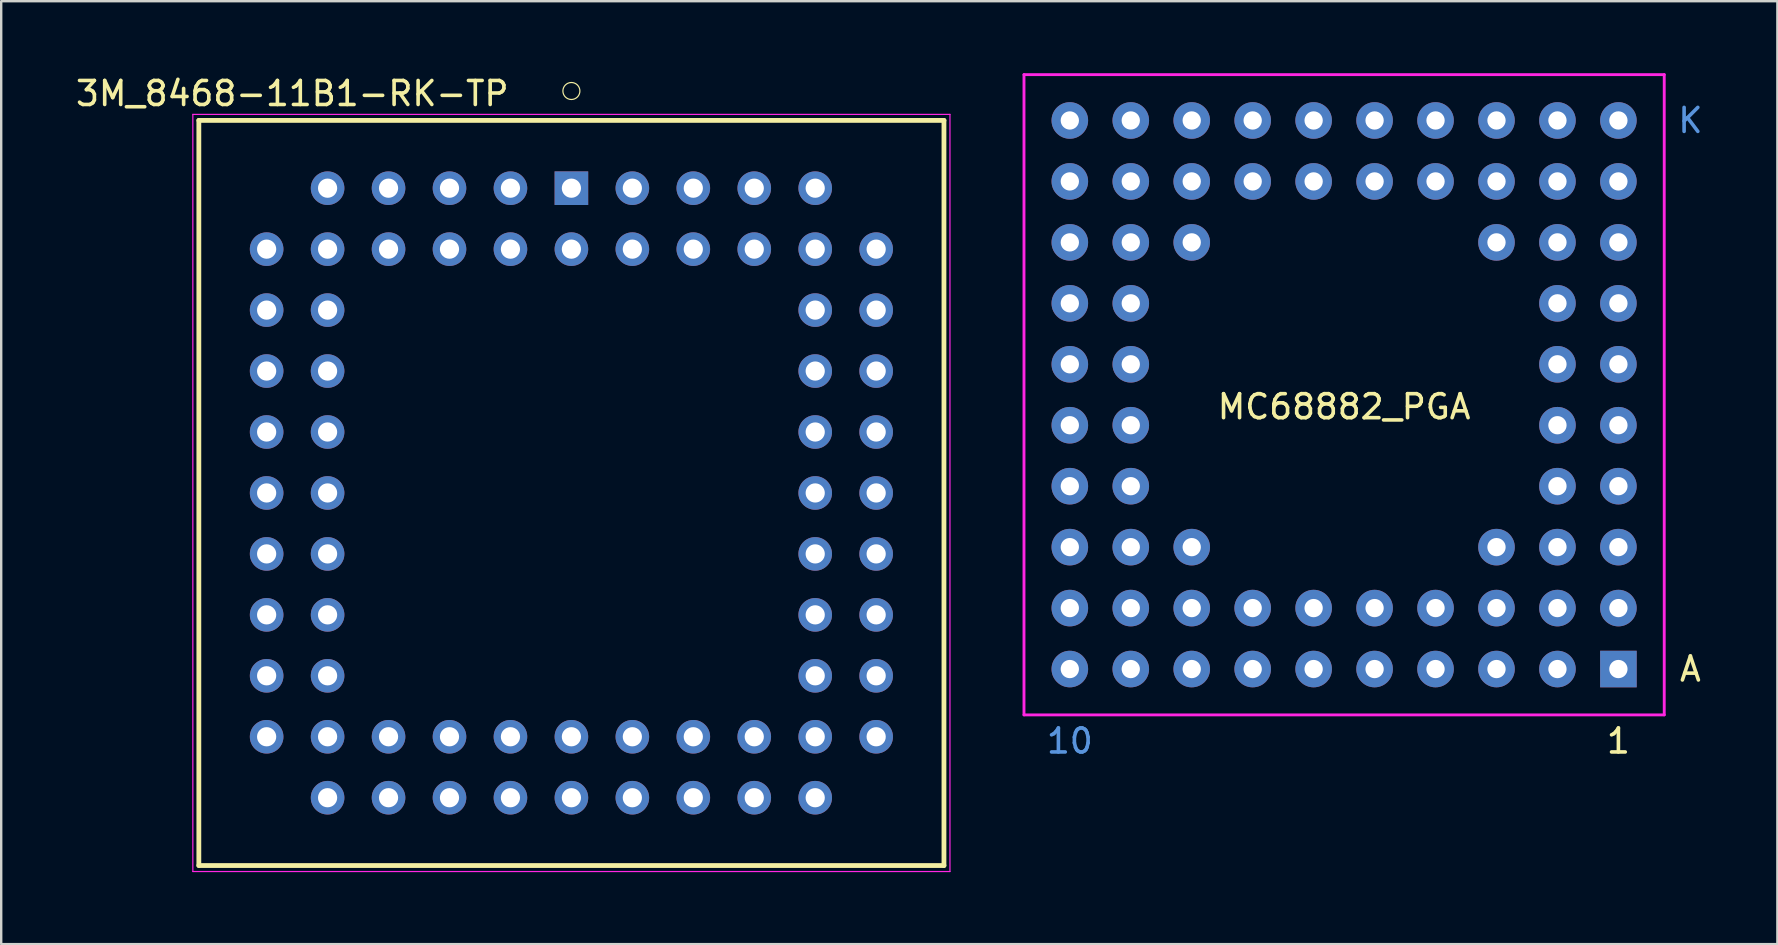
<source format=kicad_pcb>
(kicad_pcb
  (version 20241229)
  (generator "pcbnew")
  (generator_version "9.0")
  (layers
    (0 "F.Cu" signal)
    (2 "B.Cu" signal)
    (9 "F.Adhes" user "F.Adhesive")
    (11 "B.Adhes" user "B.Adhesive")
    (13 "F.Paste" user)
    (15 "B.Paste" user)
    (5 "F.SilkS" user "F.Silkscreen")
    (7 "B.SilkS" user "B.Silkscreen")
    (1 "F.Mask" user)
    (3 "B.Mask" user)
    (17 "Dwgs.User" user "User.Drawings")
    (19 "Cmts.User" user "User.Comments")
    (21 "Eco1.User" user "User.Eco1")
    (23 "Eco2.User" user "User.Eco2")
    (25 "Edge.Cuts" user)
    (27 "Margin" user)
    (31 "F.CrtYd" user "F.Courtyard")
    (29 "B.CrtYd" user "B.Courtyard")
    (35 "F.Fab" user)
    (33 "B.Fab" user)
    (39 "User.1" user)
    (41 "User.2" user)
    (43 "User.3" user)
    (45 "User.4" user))
  (footprint "3M_8468-11B1-RK-TP"
    (layer "F.Cu")
    (at 20.761 17.492)
    (property "Reference" "3M_8468-11B1-RK-TP" (at -11.631 -16.644 0) (layer "F.SilkS") (effects (font (size 1.001 1.001) (thickness 0.15))))
    (attr through_hole)
    (fp_line (start -15.525 -15.525) (end 15.525 -15.525) (stroke (width 0.2) (type solid)) (layer "F.SilkS"))
    (fp_line (start -15.525 15.525) (end -15.525 -15.525) (stroke (width 0.2) (type solid)) (layer "F.SilkS"))
    (fp_line (start 15.525 -15.525) (end 15.525 15.525) (stroke (width 0.2) (type solid)) (layer "F.SilkS"))
    (fp_line (start 15.525 15.525) (end -15.525 15.525) (stroke (width 0.2) (type solid)) (layer "F.SilkS"))
    (fp_circle (center 0 -16.75) (end 0.354 -16.75) (stroke (width 0.05) (type solid)) (fill no) (layer "F.SilkS"))
    (fp_line (start -15.775 -15.775) (end 15.775 -15.775) (stroke (width 0.05) (type solid)) (layer "F.CrtYd"))
    (fp_line (start -15.775 15.775) (end -15.775 -15.775) (stroke (width 0.05) (type solid)) (layer "F.CrtYd"))
    (fp_line (start 15.775 -15.775) (end 15.775 15.775) (stroke (width 0.05) (type solid)) (layer "F.CrtYd"))
    (fp_line (start 15.775 15.775) (end -15.775 15.775) (stroke (width 0.05) (type solid)) (layer "F.CrtYd"))
    (pad "1" thru_hole rect (at 0 -12.7) (size 1.4 1.4) (drill 0.8) (layers "*.Cu" "*.Mask"))
    (pad "2" thru_hole circle (at 0 -10.16) (size 1.4 1.4) (drill 0.8) (layers "*.Cu" "*.Mask"))
    (pad "3" thru_hole circle (at -2.54 -12.7) (size 1.4 1.4) (drill 0.8) (layers "*.Cu" "*.Mask"))
    (pad "4" thru_hole circle (at -2.54 -10.16) (size 1.4 1.4) (drill 0.8) (layers "*.Cu" "*.Mask"))
    (pad "5" thru_hole circle (at -5.08 -12.7) (size 1.4 1.4) (drill 0.8) (layers "*.Cu" "*.Mask"))
    (pad "6" thru_hole circle (at -5.08 -10.16) (size 1.4 1.4) (drill 0.8) (layers "*.Cu" "*.Mask"))
    (pad "7" thru_hole circle (at -7.62 -12.7) (size 1.4 1.4) (drill 0.8) (layers "*.Cu" "*.Mask"))
    (pad "8" thru_hole circle (at -7.62 -10.16) (size 1.4 1.4) (drill 0.8) (layers "*.Cu" "*.Mask"))
    (pad "9" thru_hole circle (at -10.16 -12.7) (size 1.4 1.4) (drill 0.8) (layers "*.Cu" "*.Mask"))
    (pad "10" thru_hole circle (at -12.7 -10.16) (size 1.4 1.4) (drill 0.8) (layers "*.Cu" "*.Mask"))
    (pad "11" thru_hole circle (at -10.16 -10.16) (size 1.4 1.4) (drill 0.8) (layers "*.Cu" "*.Mask"))
    (pad "12" thru_hole circle (at -12.7 -7.62) (size 1.4 1.4) (drill 0.8) (layers "*.Cu" "*.Mask"))
    (pad "13" thru_hole circle (at -10.16 -7.62) (size 1.4 1.4) (drill 0.8) (layers "*.Cu" "*.Mask"))
    (pad "14" thru_hole circle (at -12.7 -5.08) (size 1.4 1.4) (drill 0.8) (layers "*.Cu" "*.Mask"))
    (pad "15" thru_hole circle (at -10.16 -5.08) (size 1.4 1.4) (drill 0.8) (layers "*.Cu" "*.Mask"))
    (pad "16" thru_hole circle (at -12.7 -2.54) (size 1.4 1.4) (drill 0.8) (layers "*.Cu" "*.Mask"))
    (pad "17" thru_hole circle (at -10.16 -2.54) (size 1.4 1.4) (drill 0.8) (layers "*.Cu" "*.Mask"))
    (pad "18" thru_hole circle (at -12.7 0) (size 1.4 1.4) (drill 0.8) (layers "*.Cu" "*.Mask"))
    (pad "19" thru_hole circle (at -10.16 0) (size 1.4 1.4) (drill 0.8) (layers "*.Cu" "*.Mask"))
    (pad "20" thru_hole circle (at -12.7 2.54) (size 1.4 1.4) (drill 0.8) (layers "*.Cu" "*.Mask"))
    (pad "21" thru_hole circle (at -10.16 2.54) (size 1.4 1.4) (drill 0.8) (layers "*.Cu" "*.Mask"))
    (pad "22" thru_hole circle (at -12.7 5.08) (size 1.4 1.4) (drill 0.8) (layers "*.Cu" "*.Mask"))
    (pad "23" thru_hole circle (at -10.16 5.08) (size 1.4 1.4) (drill 0.8) (layers "*.Cu" "*.Mask"))
    (pad "24" thru_hole circle (at -12.7 7.62) (size 1.4 1.4) (drill 0.8) (layers "*.Cu" "*.Mask"))
    (pad "25" thru_hole circle (at -10.16 7.62) (size 1.4 1.4) (drill 0.8) (layers "*.Cu" "*.Mask"))
    (pad "26" thru_hole circle (at -12.7 10.16) (size 1.4 1.4) (drill 0.8) (layers "*.Cu" "*.Mask"))
    (pad "27" thru_hole circle (at -10.16 12.7) (size 1.4 1.4) (drill 0.8) (layers "*.Cu" "*.Mask"))
    (pad "28" thru_hole circle (at -10.16 10.16) (size 1.4 1.4) (drill 0.8) (layers "*.Cu" "*.Mask"))
    (pad "29" thru_hole circle (at -7.62 12.7) (size 1.4 1.4) (drill 0.8) (layers "*.Cu" "*.Mask"))
    (pad "30" thru_hole circle (at -7.62 10.16) (size 1.4 1.4) (drill 0.8) (layers "*.Cu" "*.Mask"))
    (pad "31" thru_hole circle (at -5.08 12.7) (size 1.4 1.4) (drill 0.8) (layers "*.Cu" "*.Mask"))
    (pad "32" thru_hole circle (at -5.08 10.16) (size 1.4 1.4) (drill 0.8) (layers "*.Cu" "*.Mask"))
    (pad "33" thru_hole circle (at -2.54 12.7) (size 1.4 1.4) (drill 0.8) (layers "*.Cu" "*.Mask"))
    (pad "34" thru_hole circle (at -2.54 10.16) (size 1.4 1.4) (drill 0.8) (layers "*.Cu" "*.Mask"))
    (pad "35" thru_hole circle (at 0 12.7) (size 1.4 1.4) (drill 0.8) (layers "*.Cu" "*.Mask"))
    (pad "36" thru_hole circle (at 0 10.16) (size 1.4 1.4) (drill 0.8) (layers "*.Cu" "*.Mask"))
    (pad "37" thru_hole circle (at 2.54 12.7) (size 1.4 1.4) (drill 0.8) (layers "*.Cu" "*.Mask"))
    (pad "38" thru_hole circle (at 2.54 10.16) (size 1.4 1.4) (drill 0.8) (layers "*.Cu" "*.Mask"))
    (pad "39" thru_hole circle (at 5.08 12.7) (size 1.4 1.4) (drill 0.8) (layers "*.Cu" "*.Mask"))
    (pad "40" thru_hole circle (at 5.08 10.16) (size 1.4 1.4) (drill 0.8) (layers "*.Cu" "*.Mask"))
    (pad "41" thru_hole circle (at 7.62 12.7) (size 1.4 1.4) (drill 0.8) (layers "*.Cu" "*.Mask"))
    (pad "42" thru_hole circle (at 7.62 10.16) (size 1.4 1.4) (drill 0.8) (layers "*.Cu" "*.Mask"))
    (pad "43" thru_hole circle (at 10.16 12.7) (size 1.4 1.4) (drill 0.8) (layers "*.Cu" "*.Mask"))
    (pad "44" thru_hole circle (at 12.7 10.16) (size 1.4 1.4) (drill 0.8) (layers "*.Cu" "*.Mask"))
    (pad "45" thru_hole circle (at 10.16 10.16) (size 1.4 1.4) (drill 0.8) (layers "*.Cu" "*.Mask"))
    (pad "46" thru_hole circle (at 12.7 7.62) (size 1.4 1.4) (drill 0.8) (layers "*.Cu" "*.Mask"))
    (pad "47" thru_hole circle (at 10.16 7.62) (size 1.4 1.4) (drill 0.8) (layers "*.Cu" "*.Mask"))
    (pad "48" thru_hole circle (at 12.7 5.08) (size 1.4 1.4) (drill 0.8) (layers "*.Cu" "*.Mask"))
    (pad "49" thru_hole circle (at 10.16 5.08) (size 1.4 1.4) (drill 0.8) (layers "*.Cu" "*.Mask"))
    (pad "50" thru_hole circle (at 12.7 2.54) (size 1.4 1.4) (drill 0.8) (layers "*.Cu" "*.Mask"))
    (pad "51" thru_hole circle (at 10.16 2.54) (size 1.4 1.4) (drill 0.8) (layers "*.Cu" "*.Mask"))
    (pad "52" thru_hole circle (at 12.7 0) (size 1.4 1.4) (drill 0.8) (layers "*.Cu" "*.Mask"))
    (pad "53" thru_hole circle (at 10.16 0) (size 1.4 1.4) (drill 0.8) (layers "*.Cu" "*.Mask"))
    (pad "54" thru_hole circle (at 12.7 -2.54) (size 1.4 1.4) (drill 0.8) (layers "*.Cu" "*.Mask"))
    (pad "55" thru_hole circle (at 10.16 -2.54) (size 1.4 1.4) (drill 0.8) (layers "*.Cu" "*.Mask"))
    (pad "56" thru_hole circle (at 12.7 -5.08) (size 1.4 1.4) (drill 0.8) (layers "*.Cu" "*.Mask"))
    (pad "57" thru_hole circle (at 10.16 -5.08) (size 1.4 1.4) (drill 0.8) (layers "*.Cu" "*.Mask"))
    (pad "58" thru_hole circle (at 12.7 -7.62) (size 1.4 1.4) (drill 0.8) (layers "*.Cu" "*.Mask"))
    (pad "59" thru_hole circle (at 10.16 -7.62) (size 1.4 1.4) (drill 0.8) (layers "*.Cu" "*.Mask"))
    (pad "60" thru_hole circle (at 12.7 -10.16) (size 1.4 1.4) (drill 0.8) (layers "*.Cu" "*.Mask"))
    (pad "61" thru_hole circle (at 10.16 -12.7) (size 1.4 1.4) (drill 0.8) (layers "*.Cu" "*.Mask"))
    (pad "62" thru_hole circle (at 10.16 -10.16) (size 1.4 1.4) (drill 0.8) (layers "*.Cu" "*.Mask"))
    (pad "63" thru_hole circle (at 7.62 -12.7) (size 1.4 1.4) (drill 0.8) (layers "*.Cu" "*.Mask"))
    (pad "64" thru_hole circle (at 7.62 -10.16) (size 1.4 1.4) (drill 0.8) (layers "*.Cu" "*.Mask"))
    (pad "65" thru_hole circle (at 5.08 -12.7) (size 1.4 1.4) (drill 0.8) (layers "*.Cu" "*.Mask"))
    (pad "66" thru_hole circle (at 5.08 -10.16) (size 1.4 1.4) (drill 0.8) (layers "*.Cu" "*.Mask"))
    (pad "67" thru_hole circle (at 2.54 -12.7) (size 1.4 1.4) (drill 0.8) (layers "*.Cu" "*.Mask"))
    (pad "68" thru_hole circle (at 2.54 -10.16) (size 1.4 1.4) (drill 0.8) (layers "*.Cu" "*.Mask")))
  (footprint "MC68882_PGA"
    (layer "F.Cu")
    (at 52.961 13.4)
    (property "Reference" "MC68882_PGA" (at 0 0.5 0) (layer "F.SilkS") (effects (font (size 1 1) (thickness 0.15))))
    (attr through_hole)
    (fp_line (start -13.34 -13.34) (end -13.34 13.34) (stroke (width 0.12) (type solid)) (layer "F.CrtYd"))
    (fp_line (start -13.34 13.34) (end 13.34 13.34) (stroke (width 0.12) (type solid)) (layer "F.CrtYd"))
    (fp_line (start 13.34 -13.34) (end -13.34 -13.34) (stroke (width 0.12) (type solid)) (layer "F.CrtYd"))
    (fp_line (start 13.34 13.34) (end 13.34 -13.34) (stroke (width 0.12) (type solid)) (layer "F.CrtYd"))
    (fp_text user "A" (at 14.43 11.43 0) (layer "F.SilkS") (effects (font (size 1 1) (thickness 0.15))))
    (fp_text user "1" (at 11.43 14.43 0) (layer "F.SilkS") (effects (font (size 1 1) (thickness 0.15))))
    (fp_text user "10" (at -11.43 14.43 0) (layer "Cmts.User") (effects (font (size 1 1) (thickness 0.15))))
    (fp_text user "K" (at 14.43 -11.43 0) (layer "Cmts.User") (effects (font (size 1 1) (thickness 0.15))))
    (pad "A1" thru_hole rect (at 11.43 11.43) (size 1.524 1.524) (drill 0.762) (layers "*.Cu" "*.Mask"))
    (pad "A2" thru_hole circle (at 8.89 11.43) (size 1.524 1.524) (drill 0.762) (layers "*.Cu" "*.Mask"))
    (pad "A3" thru_hole circle (at 6.35 11.43) (size 1.524 1.524) (drill 0.762) (layers "*.Cu" "*.Mask"))
    (pad "A4" thru_hole circle (at 3.81 11.43) (size 1.524 1.524) (drill 0.762) (layers "*.Cu" "*.Mask"))
    (pad "A5" thru_hole circle (at 1.27 11.43) (size 1.524 1.524) (drill 0.762) (layers "*.Cu" "*.Mask"))
    (pad "A6" thru_hole circle (at -1.27 11.43) (size 1.524 1.524) (drill 0.762) (layers "*.Cu" "*.Mask"))
    (pad "A7" thru_hole circle (at -3.81 11.43) (size 1.524 1.524) (drill 0.762) (layers "*.Cu" "*.Mask"))
    (pad "A8" thru_hole circle (at -6.35 11.43) (size 1.524 1.524) (drill 0.762) (layers "*.Cu" "*.Mask"))
    (pad "A9" thru_hole circle (at -8.89 11.43) (size 1.524 1.524) (drill 0.762) (layers "*.Cu" "*.Mask"))
    (pad "A10" thru_hole circle (at -11.43 11.43) (size 1.524 1.524) (drill 0.762) (layers "*.Cu" "*.Mask"))
    (pad "B1" thru_hole circle (at 11.43 8.89) (size 1.524 1.524) (drill 0.762) (layers "*.Cu" "*.Mask"))
    (pad "B2" thru_hole circle (at 8.89 8.89) (size 1.524 1.524) (drill 0.762) (layers "*.Cu" "*.Mask"))
    (pad "B3" thru_hole circle (at 6.35 8.89) (size 1.524 1.524) (drill 0.762) (layers "*.Cu" "*.Mask"))
    (pad "B4" thru_hole circle (at 3.81 8.89) (size 1.524 1.524) (drill 0.762) (layers "*.Cu" "*.Mask"))
    (pad "B5" thru_hole circle (at 1.27 8.89) (size 1.524 1.524) (drill 0.762) (layers "*.Cu" "*.Mask"))
    (pad "B6" thru_hole circle (at -1.27 8.89) (size 1.524 1.524) (drill 0.762) (layers "*.Cu" "*.Mask"))
    (pad "B7" thru_hole circle (at -3.81 8.89) (size 1.524 1.524) (drill 0.762) (layers "*.Cu" "*.Mask"))
    (pad "B8" thru_hole circle (at -6.35 8.89) (size 1.524 1.524) (drill 0.762) (layers "*.Cu" "*.Mask"))
    (pad "B9" thru_hole circle (at -8.89 8.89) (size 1.524 1.524) (drill 0.762) (layers "*.Cu" "*.Mask"))
    (pad "B10" thru_hole circle (at -11.43 8.89) (size 1.524 1.524) (drill 0.762) (layers "*.Cu" "*.Mask"))
    (pad "C1" thru_hole circle (at 11.43 6.35) (size 1.524 1.524) (drill 0.762) (layers "*.Cu" "*.Mask"))
    (pad "C2" thru_hole circle (at 8.89 6.35) (size 1.524 1.524) (drill 0.762) (layers "*.Cu" "*.Mask"))
    (pad "C3" thru_hole circle (at 6.35 6.35) (size 1.524 1.524) (drill 0.762) (layers "*.Cu" "*.Mask"))
    (pad "C8" thru_hole circle (at -6.35 6.35) (size 1.524 1.524) (drill 0.762) (layers "*.Cu" "*.Mask"))
    (pad "C9" thru_hole circle (at -8.89 6.35) (size 1.524 1.524) (drill 0.762) (layers "*.Cu" "*.Mask"))
    (pad "C10" thru_hole circle (at -11.43 6.35) (size 1.524 1.524) (drill 0.762) (layers "*.Cu" "*.Mask"))
    (pad "D1" thru_hole circle (at 11.43 3.81) (size 1.524 1.524) (drill 0.762) (layers "*.Cu" "*.Mask"))
    (pad "D2" thru_hole circle (at 8.89 3.81) (size 1.524 1.524) (drill 0.762) (layers "*.Cu" "*.Mask"))
    (pad "D9" thru_hole circle (at -8.89 3.81) (size 1.524 1.524) (drill 0.762) (layers "*.Cu" "*.Mask"))
    (pad "D10" thru_hole circle (at -11.43 3.81) (size 1.524 1.524) (drill 0.762) (layers "*.Cu" "*.Mask"))
    (pad "E1" thru_hole circle (at 11.43 1.27) (size 1.524 1.524) (drill 0.762) (layers "*.Cu" "*.Mask"))
    (pad "E2" thru_hole circle (at 8.89 1.27) (size 1.524 1.524) (drill 0.762) (layers "*.Cu" "*.Mask"))
    (pad "E9" thru_hole circle (at -8.89 1.27) (size 1.524 1.524) (drill 0.762) (layers "*.Cu" "*.Mask"))
    (pad "E10" thru_hole circle (at -11.43 1.27) (size 1.524 1.524) (drill 0.762) (layers "*.Cu" "*.Mask"))
    (pad "F1" thru_hole circle (at 11.43 -1.27) (size 1.524 1.524) (drill 0.762) (layers "*.Cu" "*.Mask"))
    (pad "F2" thru_hole circle (at 8.89 -1.27) (size 1.524 1.524) (drill 0.762) (layers "*.Cu" "*.Mask"))
    (pad "F9" thru_hole circle (at -8.89 -1.27) (size 1.524 1.524) (drill 0.762) (layers "*.Cu" "*.Mask"))
    (pad "F10" thru_hole circle (at -11.43 -1.27) (size 1.524 1.524) (drill 0.762) (layers "*.Cu" "*.Mask"))
    (pad "G1" thru_hole circle (at 11.43 -3.81) (size 1.524 1.524) (drill 0.762) (layers "*.Cu" "*.Mask"))
    (pad "G2" thru_hole circle (at 8.89 -3.81) (size 1.524 1.524) (drill 0.762) (layers "*.Cu" "*.Mask"))
    (pad "G9" thru_hole circle (at -8.89 -3.81) (size 1.524 1.524) (drill 0.762) (layers "*.Cu" "*.Mask"))
    (pad "G10" thru_hole circle (at -11.43 -3.81) (size 1.524 1.524) (drill 0.762) (layers "*.Cu" "*.Mask"))
    (pad "H1" thru_hole circle (at 11.43 -6.35) (size 1.524 1.524) (drill 0.762) (layers "*.Cu" "*.Mask"))
    (pad "H2" thru_hole circle (at 8.89 -6.35) (size 1.524 1.524) (drill 0.762) (layers "*.Cu" "*.Mask"))
    (pad "H3" thru_hole circle (at 6.35 -6.35) (size 1.524 1.524) (drill 0.762) (layers "*.Cu" "*.Mask"))
    (pad "H8" thru_hole circle (at -6.35 -6.35) (size 1.524 1.524) (drill 0.762) (layers "*.Cu" "*.Mask"))
    (pad "H9" thru_hole circle (at -8.89 -6.35) (size 1.524 1.524) (drill 0.762) (layers "*.Cu" "*.Mask"))
    (pad "H10" thru_hole circle (at -11.43 -6.35) (size 1.524 1.524) (drill 0.762) (layers "*.Cu" "*.Mask"))
    (pad "J1" thru_hole circle (at 11.43 -8.89) (size 1.524 1.524) (drill 0.762) (layers "*.Cu" "*.Mask"))
    (pad "J2" thru_hole circle (at 8.89 -8.89) (size 1.524 1.524) (drill 0.762) (layers "*.Cu" "*.Mask"))
    (pad "J3" thru_hole circle (at 6.35 -8.89) (size 1.524 1.524) (drill 0.762) (layers "*.Cu" "*.Mask"))
    (pad "J4" thru_hole circle (at 3.81 -8.89) (size 1.524 1.524) (drill 0.762) (layers "*.Cu" "*.Mask"))
    (pad "J5" thru_hole circle (at 1.27 -8.89) (size 1.524 1.524) (drill 0.762) (layers "*.Cu" "*.Mask"))
    (pad "J6" thru_hole circle (at -1.27 -8.89) (size 1.524 1.524) (drill 0.762) (layers "*.Cu" "*.Mask"))
    (pad "J7" thru_hole circle (at -3.81 -8.89) (size 1.524 1.524) (drill 0.762) (layers "*.Cu" "*.Mask"))
    (pad "J8" thru_hole circle (at -6.35 -8.89) (size 1.524 1.524) (drill 0.762) (layers "*.Cu" "*.Mask"))
    (pad "J9" thru_hole circle (at -8.89 -8.89) (size 1.524 1.524) (drill 0.762) (layers "*.Cu" "*.Mask"))
    (pad "J10" thru_hole circle (at -11.43 -8.89) (size 1.524 1.524) (drill 0.762) (layers "*.Cu" "*.Mask"))
    (pad "K1" thru_hole circle (at 11.43 -11.43) (size 1.524 1.524) (drill 0.762) (layers "*.Cu" "*.Mask"))
    (pad "K2" thru_hole circle (at 8.89 -11.43) (size 1.524 1.524) (drill 0.762) (layers "*.Cu" "*.Mask"))
    (pad "K3" thru_hole circle (at 6.35 -11.43) (size 1.524 1.524) (drill 0.762) (layers "*.Cu" "*.Mask"))
    (pad "K4" thru_hole circle (at 3.81 -11.43) (size 1.524 1.524) (drill 0.762) (layers "*.Cu" "*.Mask"))
    (pad "K5" thru_hole circle (at 1.27 -11.43) (size 1.524 1.524) (drill 0.762) (layers "*.Cu" "*.Mask"))
    (pad "K6" thru_hole circle (at -1.27 -11.43) (size 1.524 1.524) (drill 0.762) (layers "*.Cu" "*.Mask"))
    (pad "K7" thru_hole circle (at -3.81 -11.43) (size 1.524 1.524) (drill 0.762) (layers "*.Cu" "*.Mask"))
    (pad "K8" thru_hole circle (at -6.35 -11.43) (size 1.524 1.524) (drill 0.762) (layers "*.Cu" "*.Mask"))
    (pad "K9" thru_hole circle (at -8.89 -11.43) (size 1.524 1.524) (drill 0.762) (layers "*.Cu" "*.Mask"))
    (pad "K10" thru_hole circle (at -11.43 -11.43) (size 1.524 1.524) (drill 0.762) (layers "*.Cu" "*.Mask")))
  (gr_rect
    (start -3 -3)
    (end 71.016 36.292)
    (stroke (width 0.1) (type default))
    (fill no)
    (layer "Edge.Cuts")))
</source>
